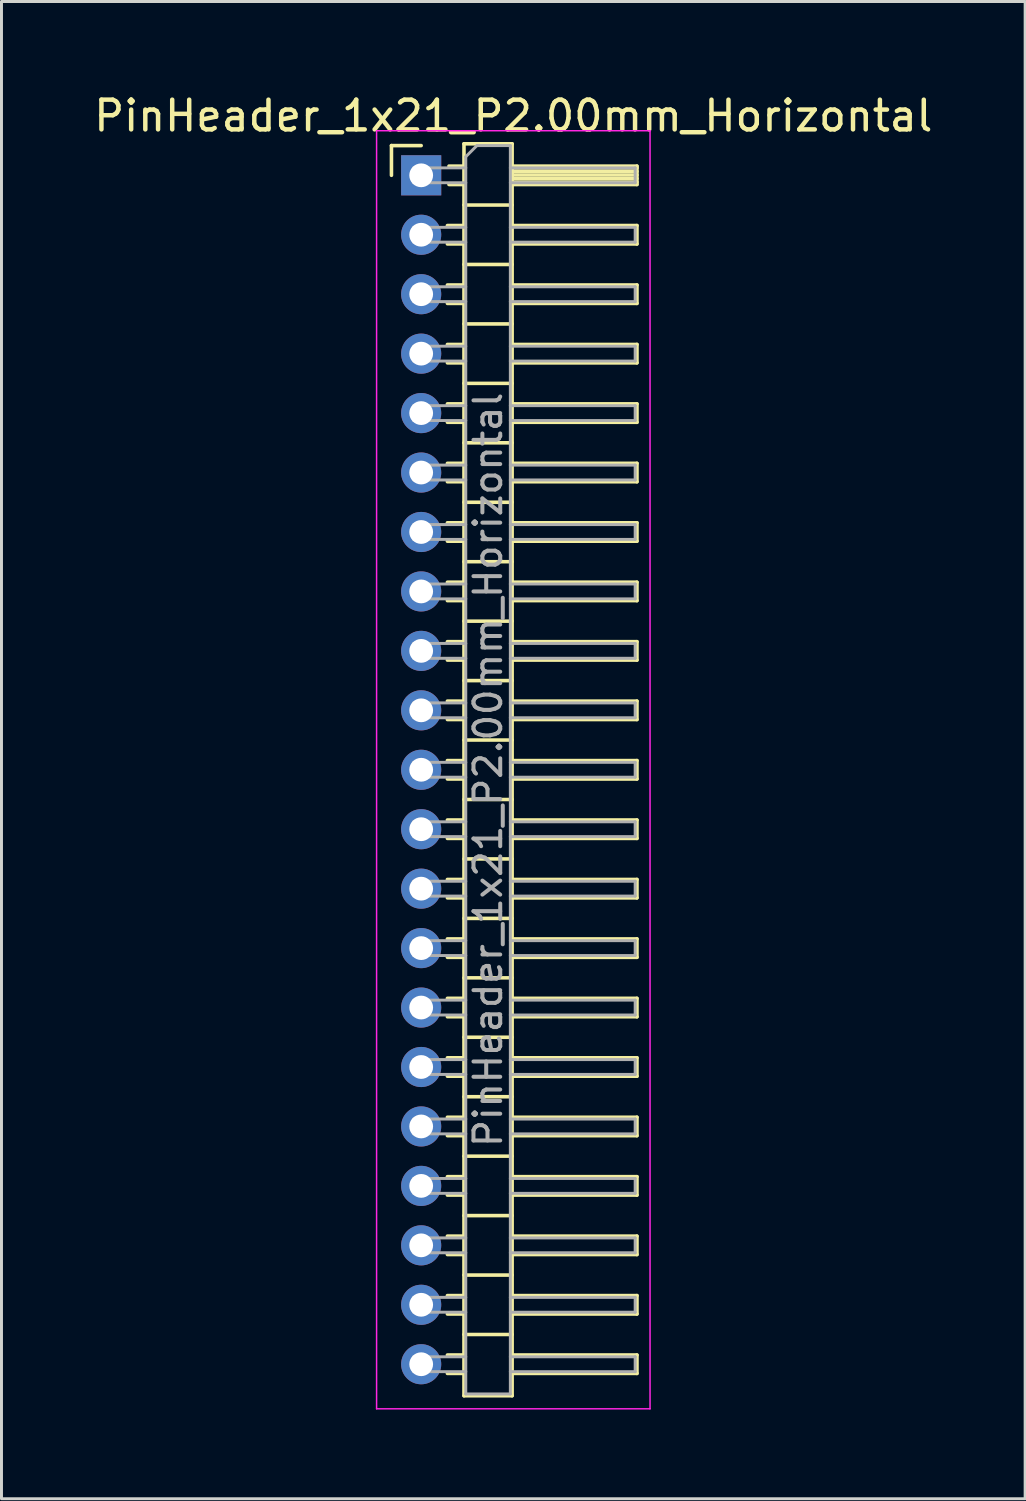
<source format=kicad_pcb>
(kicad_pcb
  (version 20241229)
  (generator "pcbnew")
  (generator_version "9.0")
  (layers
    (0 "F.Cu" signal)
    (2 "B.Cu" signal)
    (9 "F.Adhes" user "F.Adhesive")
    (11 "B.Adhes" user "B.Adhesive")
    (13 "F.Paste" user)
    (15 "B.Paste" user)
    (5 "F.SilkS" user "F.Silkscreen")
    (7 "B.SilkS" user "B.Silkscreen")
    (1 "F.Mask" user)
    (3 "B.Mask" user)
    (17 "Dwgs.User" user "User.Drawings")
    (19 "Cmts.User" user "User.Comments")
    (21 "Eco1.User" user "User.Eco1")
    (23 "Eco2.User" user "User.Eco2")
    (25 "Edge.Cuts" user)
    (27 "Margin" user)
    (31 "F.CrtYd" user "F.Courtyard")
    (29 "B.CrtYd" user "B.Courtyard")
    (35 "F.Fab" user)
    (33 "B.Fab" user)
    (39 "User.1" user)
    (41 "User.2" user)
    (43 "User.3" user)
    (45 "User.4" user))
  (footprint "PinHeader_1x21_P2.00mm_Horizontal"
    (layer "F.Cu")
    (at 11.12 2.848)
    (property "Reference" "PinHeader_1x21_P2.00mm_Horizontal" (at 3.1 -2 0) (layer "F.SilkS") (effects (font (size 1 1) (thickness 0.15))))
    (attr through_hole)
    (fp_line (start -1 -1) (end 0 -1) (stroke (width 0.12) (type solid)) (layer "F.SilkS"))
    (fp_line (start -1 0) (end -1 -1) (stroke (width 0.12) (type solid)) (layer "F.SilkS"))
    (fp_line (start 0.882 1.69) (end 1.44 1.69) (stroke (width 0.12) (type solid)) (layer "F.SilkS"))
    (fp_line (start 0.882 2.31) (end 1.44 2.31) (stroke (width 0.12) (type solid)) (layer "F.SilkS"))
    (fp_line (start 0.882 3.69) (end 1.44 3.69) (stroke (width 0.12) (type solid)) (layer "F.SilkS"))
    (fp_line (start 0.882 4.31) (end 1.44 4.31) (stroke (width 0.12) (type solid)) (layer "F.SilkS"))
    (fp_line (start 0.882 5.69) (end 1.44 5.69) (stroke (width 0.12) (type solid)) (layer "F.SilkS"))
    (fp_line (start 0.882 6.31) (end 1.44 6.31) (stroke (width 0.12) (type solid)) (layer "F.SilkS"))
    (fp_line (start 0.882 7.69) (end 1.44 7.69) (stroke (width 0.12) (type solid)) (layer "F.SilkS"))
    (fp_line (start 0.882 8.31) (end 1.44 8.31) (stroke (width 0.12) (type solid)) (layer "F.SilkS"))
    (fp_line (start 0.882 9.69) (end 1.44 9.69) (stroke (width 0.12) (type solid)) (layer "F.SilkS"))
    (fp_line (start 0.882 10.31) (end 1.44 10.31) (stroke (width 0.12) (type solid)) (layer "F.SilkS"))
    (fp_line (start 0.882 11.69) (end 1.44 11.69) (stroke (width 0.12) (type solid)) (layer "F.SilkS"))
    (fp_line (start 0.882 12.31) (end 1.44 12.31) (stroke (width 0.12) (type solid)) (layer "F.SilkS"))
    (fp_line (start 0.882 13.69) (end 1.44 13.69) (stroke (width 0.12) (type solid)) (layer "F.SilkS"))
    (fp_line (start 0.882 14.31) (end 1.44 14.31) (stroke (width 0.12) (type solid)) (layer "F.SilkS"))
    (fp_line (start 0.882 15.69) (end 1.44 15.69) (stroke (width 0.12) (type solid)) (layer "F.SilkS"))
    (fp_line (start 0.882 16.31) (end 1.44 16.31) (stroke (width 0.12) (type solid)) (layer "F.SilkS"))
    (fp_line (start 0.882 17.69) (end 1.44 17.69) (stroke (width 0.12) (type solid)) (layer "F.SilkS"))
    (fp_line (start 0.882 18.31) (end 1.44 18.31) (stroke (width 0.12) (type solid)) (layer "F.SilkS"))
    (fp_line (start 0.882 19.69) (end 1.44 19.69) (stroke (width 0.12) (type solid)) (layer "F.SilkS"))
    (fp_line (start 0.882 20.31) (end 1.44 20.31) (stroke (width 0.12) (type solid)) (layer "F.SilkS"))
    (fp_line (start 0.882 21.69) (end 1.44 21.69) (stroke (width 0.12) (type solid)) (layer "F.SilkS"))
    (fp_line (start 0.882 22.31) (end 1.44 22.31) (stroke (width 0.12) (type solid)) (layer "F.SilkS"))
    (fp_line (start 0.882 23.69) (end 1.44 23.69) (stroke (width 0.12) (type solid)) (layer "F.SilkS"))
    (fp_line (start 0.882 24.31) (end 1.44 24.31) (stroke (width 0.12) (type solid)) (layer "F.SilkS"))
    (fp_line (start 0.882 25.69) (end 1.44 25.69) (stroke (width 0.12) (type solid)) (layer "F.SilkS"))
    (fp_line (start 0.882 26.31) (end 1.44 26.31) (stroke (width 0.12) (type solid)) (layer "F.SilkS"))
    (fp_line (start 0.882 27.69) (end 1.44 27.69) (stroke (width 0.12) (type solid)) (layer "F.SilkS"))
    (fp_line (start 0.882 28.31) (end 1.44 28.31) (stroke (width 0.12) (type solid)) (layer "F.SilkS"))
    (fp_line (start 0.882 29.69) (end 1.44 29.69) (stroke (width 0.12) (type solid)) (layer "F.SilkS"))
    (fp_line (start 0.882 30.31) (end 1.44 30.31) (stroke (width 0.12) (type solid)) (layer "F.SilkS"))
    (fp_line (start 0.882 31.69) (end 1.44 31.69) (stroke (width 0.12) (type solid)) (layer "F.SilkS"))
    (fp_line (start 0.882 32.31) (end 1.44 32.31) (stroke (width 0.12) (type solid)) (layer "F.SilkS"))
    (fp_line (start 0.882 33.69) (end 1.44 33.69) (stroke (width 0.12) (type solid)) (layer "F.SilkS"))
    (fp_line (start 0.882 34.31) (end 1.44 34.31) (stroke (width 0.12) (type solid)) (layer "F.SilkS"))
    (fp_line (start 0.882 35.69) (end 1.44 35.69) (stroke (width 0.12) (type solid)) (layer "F.SilkS"))
    (fp_line (start 0.882 36.31) (end 1.44 36.31) (stroke (width 0.12) (type solid)) (layer "F.SilkS"))
    (fp_line (start 0.882 37.69) (end 1.44 37.69) (stroke (width 0.12) (type solid)) (layer "F.SilkS"))
    (fp_line (start 0.882 38.31) (end 1.44 38.31) (stroke (width 0.12) (type solid)) (layer "F.SilkS"))
    (fp_line (start 0.882 39.69) (end 1.44 39.69) (stroke (width 0.12) (type solid)) (layer "F.SilkS"))
    (fp_line (start 0.882 40.31) (end 1.44 40.31) (stroke (width 0.12) (type solid)) (layer "F.SilkS"))
    (fp_line (start 0.935 -0.31) (end 1.44 -0.31) (stroke (width 0.12) (type solid)) (layer "F.SilkS"))
    (fp_line (start 0.935 0.31) (end 1.44 0.31) (stroke (width 0.12) (type solid)) (layer "F.SilkS"))
    (fp_line (start 1.44 -1.06) (end 1.44 41.06) (stroke (width 0.12) (type solid)) (layer "F.SilkS"))
    (fp_line (start 1.44 1) (end 3.06 1) (stroke (width 0.12) (type solid)) (layer "F.SilkS"))
    (fp_line (start 1.44 3) (end 3.06 3) (stroke (width 0.12) (type solid)) (layer "F.SilkS"))
    (fp_line (start 1.44 5) (end 3.06 5) (stroke (width 0.12) (type solid)) (layer "F.SilkS"))
    (fp_line (start 1.44 7) (end 3.06 7) (stroke (width 0.12) (type solid)) (layer "F.SilkS"))
    (fp_line (start 1.44 9) (end 3.06 9) (stroke (width 0.12) (type solid)) (layer "F.SilkS"))
    (fp_line (start 1.44 11) (end 3.06 11) (stroke (width 0.12) (type solid)) (layer "F.SilkS"))
    (fp_line (start 1.44 13) (end 3.06 13) (stroke (width 0.12) (type solid)) (layer "F.SilkS"))
    (fp_line (start 1.44 15) (end 3.06 15) (stroke (width 0.12) (type solid)) (layer "F.SilkS"))
    (fp_line (start 1.44 17) (end 3.06 17) (stroke (width 0.12) (type solid)) (layer "F.SilkS"))
    (fp_line (start 1.44 19) (end 3.06 19) (stroke (width 0.12) (type solid)) (layer "F.SilkS"))
    (fp_line (start 1.44 21) (end 3.06 21) (stroke (width 0.12) (type solid)) (layer "F.SilkS"))
    (fp_line (start 1.44 23) (end 3.06 23) (stroke (width 0.12) (type solid)) (layer "F.SilkS"))
    (fp_line (start 1.44 25) (end 3.06 25) (stroke (width 0.12) (type solid)) (layer "F.SilkS"))
    (fp_line (start 1.44 27) (end 3.06 27) (stroke (width 0.12) (type solid)) (layer "F.SilkS"))
    (fp_line (start 1.44 29) (end 3.06 29) (stroke (width 0.12) (type solid)) (layer "F.SilkS"))
    (fp_line (start 1.44 31) (end 3.06 31) (stroke (width 0.12) (type solid)) (layer "F.SilkS"))
    (fp_line (start 1.44 33) (end 3.06 33) (stroke (width 0.12) (type solid)) (layer "F.SilkS"))
    (fp_line (start 1.44 35) (end 3.06 35) (stroke (width 0.12) (type solid)) (layer "F.SilkS"))
    (fp_line (start 1.44 37) (end 3.06 37) (stroke (width 0.12) (type solid)) (layer "F.SilkS"))
    (fp_line (start 1.44 39) (end 3.06 39) (stroke (width 0.12) (type solid)) (layer "F.SilkS"))
    (fp_line (start 1.44 41.06) (end 3.06 41.06) (stroke (width 0.12) (type solid)) (layer "F.SilkS"))
    (fp_line (start 3.06 -1.06) (end 1.44 -1.06) (stroke (width 0.12) (type solid)) (layer "F.SilkS"))
    (fp_line (start 3.06 -0.31) (end 7.26 -0.31) (stroke (width 0.12) (type solid)) (layer "F.SilkS"))
    (fp_line (start 3.06 -0.25) (end 7.26 -0.25) (stroke (width 0.12) (type solid)) (layer "F.SilkS"))
    (fp_line (start 3.06 -0.13) (end 7.26 -0.13) (stroke (width 0.12) (type solid)) (layer "F.SilkS"))
    (fp_line (start 3.06 -0.01) (end 7.26 -0.01) (stroke (width 0.12) (type solid)) (layer "F.SilkS"))
    (fp_line (start 3.06 0.11) (end 7.26 0.11) (stroke (width 0.12) (type solid)) (layer "F.SilkS"))
    (fp_line (start 3.06 0.23) (end 7.26 0.23) (stroke (width 0.12) (type solid)) (layer "F.SilkS"))
    (fp_line (start 3.06 1.69) (end 7.26 1.69) (stroke (width 0.12) (type solid)) (layer "F.SilkS"))
    (fp_line (start 3.06 3.69) (end 7.26 3.69) (stroke (width 0.12) (type solid)) (layer "F.SilkS"))
    (fp_line (start 3.06 5.69) (end 7.26 5.69) (stroke (width 0.12) (type solid)) (layer "F.SilkS"))
    (fp_line (start 3.06 7.69) (end 7.26 7.69) (stroke (width 0.12) (type solid)) (layer "F.SilkS"))
    (fp_line (start 3.06 9.69) (end 7.26 9.69) (stroke (width 0.12) (type solid)) (layer "F.SilkS"))
    (fp_line (start 3.06 11.69) (end 7.26 11.69) (stroke (width 0.12) (type solid)) (layer "F.SilkS"))
    (fp_line (start 3.06 13.69) (end 7.26 13.69) (stroke (width 0.12) (type solid)) (layer "F.SilkS"))
    (fp_line (start 3.06 15.69) (end 7.26 15.69) (stroke (width 0.12) (type solid)) (layer "F.SilkS"))
    (fp_line (start 3.06 17.69) (end 7.26 17.69) (stroke (width 0.12) (type solid)) (layer "F.SilkS"))
    (fp_line (start 3.06 19.69) (end 7.26 19.69) (stroke (width 0.12) (type solid)) (layer "F.SilkS"))
    (fp_line (start 3.06 21.69) (end 7.26 21.69) (stroke (width 0.12) (type solid)) (layer "F.SilkS"))
    (fp_line (start 3.06 23.69) (end 7.26 23.69) (stroke (width 0.12) (type solid)) (layer "F.SilkS"))
    (fp_line (start 3.06 25.69) (end 7.26 25.69) (stroke (width 0.12) (type solid)) (layer "F.SilkS"))
    (fp_line (start 3.06 27.69) (end 7.26 27.69) (stroke (width 0.12) (type solid)) (layer "F.SilkS"))
    (fp_line (start 3.06 29.69) (end 7.26 29.69) (stroke (width 0.12) (type solid)) (layer "F.SilkS"))
    (fp_line (start 3.06 31.69) (end 7.26 31.69) (stroke (width 0.12) (type solid)) (layer "F.SilkS"))
    (fp_line (start 3.06 33.69) (end 7.26 33.69) (stroke (width 0.12) (type solid)) (layer "F.SilkS"))
    (fp_line (start 3.06 35.69) (end 7.26 35.69) (stroke (width 0.12) (type solid)) (layer "F.SilkS"))
    (fp_line (start 3.06 37.69) (end 7.26 37.69) (stroke (width 0.12) (type solid)) (layer "F.SilkS"))
    (fp_line (start 3.06 39.69) (end 7.26 39.69) (stroke (width 0.12) (type solid)) (layer "F.SilkS"))
    (fp_line (start 3.06 41.06) (end 3.06 -1.06) (stroke (width 0.12) (type solid)) (layer "F.SilkS"))
    (fp_line (start 7.26 -0.31) (end 7.26 0.31) (stroke (width 0.12) (type solid)) (layer "F.SilkS"))
    (fp_line (start 7.26 0.31) (end 3.06 0.31) (stroke (width 0.12) (type solid)) (layer "F.SilkS"))
    (fp_line (start 7.26 1.69) (end 7.26 2.31) (stroke (width 0.12) (type solid)) (layer "F.SilkS"))
    (fp_line (start 7.26 2.31) (end 3.06 2.31) (stroke (width 0.12) (type solid)) (layer "F.SilkS"))
    (fp_line (start 7.26 3.69) (end 7.26 4.31) (stroke (width 0.12) (type solid)) (layer "F.SilkS"))
    (fp_line (start 7.26 4.31) (end 3.06 4.31) (stroke (width 0.12) (type solid)) (layer "F.SilkS"))
    (fp_line (start 7.26 5.69) (end 7.26 6.31) (stroke (width 0.12) (type solid)) (layer "F.SilkS"))
    (fp_line (start 7.26 6.31) (end 3.06 6.31) (stroke (width 0.12) (type solid)) (layer "F.SilkS"))
    (fp_line (start 7.26 7.69) (end 7.26 8.31) (stroke (width 0.12) (type solid)) (layer "F.SilkS"))
    (fp_line (start 7.26 8.31) (end 3.06 8.31) (stroke (width 0.12) (type solid)) (layer "F.SilkS"))
    (fp_line (start 7.26 9.69) (end 7.26 10.31) (stroke (width 0.12) (type solid)) (layer "F.SilkS"))
    (fp_line (start 7.26 10.31) (end 3.06 10.31) (stroke (width 0.12) (type solid)) (layer "F.SilkS"))
    (fp_line (start 7.26 11.69) (end 7.26 12.31) (stroke (width 0.12) (type solid)) (layer "F.SilkS"))
    (fp_line (start 7.26 12.31) (end 3.06 12.31) (stroke (width 0.12) (type solid)) (layer "F.SilkS"))
    (fp_line (start 7.26 13.69) (end 7.26 14.31) (stroke (width 0.12) (type solid)) (layer "F.SilkS"))
    (fp_line (start 7.26 14.31) (end 3.06 14.31) (stroke (width 0.12) (type solid)) (layer "F.SilkS"))
    (fp_line (start 7.26 15.69) (end 7.26 16.31) (stroke (width 0.12) (type solid)) (layer "F.SilkS"))
    (fp_line (start 7.26 16.31) (end 3.06 16.31) (stroke (width 0.12) (type solid)) (layer "F.SilkS"))
    (fp_line (start 7.26 17.69) (end 7.26 18.31) (stroke (width 0.12) (type solid)) (layer "F.SilkS"))
    (fp_line (start 7.26 18.31) (end 3.06 18.31) (stroke (width 0.12) (type solid)) (layer "F.SilkS"))
    (fp_line (start 7.26 19.69) (end 7.26 20.31) (stroke (width 0.12) (type solid)) (layer "F.SilkS"))
    (fp_line (start 7.26 20.31) (end 3.06 20.31) (stroke (width 0.12) (type solid)) (layer "F.SilkS"))
    (fp_line (start 7.26 21.69) (end 7.26 22.31) (stroke (width 0.12) (type solid)) (layer "F.SilkS"))
    (fp_line (start 7.26 22.31) (end 3.06 22.31) (stroke (width 0.12) (type solid)) (layer "F.SilkS"))
    (fp_line (start 7.26 23.69) (end 7.26 24.31) (stroke (width 0.12) (type solid)) (layer "F.SilkS"))
    (fp_line (start 7.26 24.31) (end 3.06 24.31) (stroke (width 0.12) (type solid)) (layer "F.SilkS"))
    (fp_line (start 7.26 25.69) (end 7.26 26.31) (stroke (width 0.12) (type solid)) (layer "F.SilkS"))
    (fp_line (start 7.26 26.31) (end 3.06 26.31) (stroke (width 0.12) (type solid)) (layer "F.SilkS"))
    (fp_line (start 7.26 27.69) (end 7.26 28.31) (stroke (width 0.12) (type solid)) (layer "F.SilkS"))
    (fp_line (start 7.26 28.31) (end 3.06 28.31) (stroke (width 0.12) (type solid)) (layer "F.SilkS"))
    (fp_line (start 7.26 29.69) (end 7.26 30.31) (stroke (width 0.12) (type solid)) (layer "F.SilkS"))
    (fp_line (start 7.26 30.31) (end 3.06 30.31) (stroke (width 0.12) (type solid)) (layer "F.SilkS"))
    (fp_line (start 7.26 31.69) (end 7.26 32.31) (stroke (width 0.12) (type solid)) (layer "F.SilkS"))
    (fp_line (start 7.26 32.31) (end 3.06 32.31) (stroke (width 0.12) (type solid)) (layer "F.SilkS"))
    (fp_line (start 7.26 33.69) (end 7.26 34.31) (stroke (width 0.12) (type solid)) (layer "F.SilkS"))
    (fp_line (start 7.26 34.31) (end 3.06 34.31) (stroke (width 0.12) (type solid)) (layer "F.SilkS"))
    (fp_line (start 7.26 35.69) (end 7.26 36.31) (stroke (width 0.12) (type solid)) (layer "F.SilkS"))
    (fp_line (start 7.26 36.31) (end 3.06 36.31) (stroke (width 0.12) (type solid)) (layer "F.SilkS"))
    (fp_line (start 7.26 37.69) (end 7.26 38.31) (stroke (width 0.12) (type solid)) (layer "F.SilkS"))
    (fp_line (start 7.26 38.31) (end 3.06 38.31) (stroke (width 0.12) (type solid)) (layer "F.SilkS"))
    (fp_line (start 7.26 39.69) (end 7.26 40.31) (stroke (width 0.12) (type solid)) (layer "F.SilkS"))
    (fp_line (start 7.26 40.31) (end 3.06 40.31) (stroke (width 0.12) (type solid)) (layer "F.SilkS"))
    (fp_line (start -1.5 -1.5) (end -1.5 41.5) (stroke (width 0.05) (type solid)) (layer "F.CrtYd"))
    (fp_line (start -1.5 41.5) (end 7.7 41.5) (stroke (width 0.05) (type solid)) (layer "F.CrtYd"))
    (fp_line (start 7.7 -1.5) (end -1.5 -1.5) (stroke (width 0.05) (type solid)) (layer "F.CrtYd"))
    (fp_line (start 7.7 41.5) (end 7.7 -1.5) (stroke (width 0.05) (type solid)) (layer "F.CrtYd"))
    (fp_line (start -0.25 -0.25) (end -0.25 0.25) (stroke (width 0.1) (type solid)) (layer "F.Fab"))
    (fp_line (start -0.25 -0.25) (end 1.5 -0.25) (stroke (width 0.1) (type solid)) (layer "F.Fab"))
    (fp_line (start -0.25 0.25) (end 1.5 0.25) (stroke (width 0.1) (type solid)) (layer "F.Fab"))
    (fp_line (start -0.25 1.75) (end -0.25 2.25) (stroke (width 0.1) (type solid)) (layer "F.Fab"))
    (fp_line (start -0.25 1.75) (end 1.5 1.75) (stroke (width 0.1) (type solid)) (layer "F.Fab"))
    (fp_line (start -0.25 2.25) (end 1.5 2.25) (stroke (width 0.1) (type solid)) (layer "F.Fab"))
    (fp_line (start -0.25 3.75) (end -0.25 4.25) (stroke (width 0.1) (type solid)) (layer "F.Fab"))
    (fp_line (start -0.25 3.75) (end 1.5 3.75) (stroke (width 0.1) (type solid)) (layer "F.Fab"))
    (fp_line (start -0.25 4.25) (end 1.5 4.25) (stroke (width 0.1) (type solid)) (layer "F.Fab"))
    (fp_line (start -0.25 5.75) (end -0.25 6.25) (stroke (width 0.1) (type solid)) (layer "F.Fab"))
    (fp_line (start -0.25 5.75) (end 1.5 5.75) (stroke (width 0.1) (type solid)) (layer "F.Fab"))
    (fp_line (start -0.25 6.25) (end 1.5 6.25) (stroke (width 0.1) (type solid)) (layer "F.Fab"))
    (fp_line (start -0.25 7.75) (end -0.25 8.25) (stroke (width 0.1) (type solid)) (layer "F.Fab"))
    (fp_line (start -0.25 7.75) (end 1.5 7.75) (stroke (width 0.1) (type solid)) (layer "F.Fab"))
    (fp_line (start -0.25 8.25) (end 1.5 8.25) (stroke (width 0.1) (type solid)) (layer "F.Fab"))
    (fp_line (start -0.25 9.75) (end -0.25 10.25) (stroke (width 0.1) (type solid)) (layer "F.Fab"))
    (fp_line (start -0.25 9.75) (end 1.5 9.75) (stroke (width 0.1) (type solid)) (layer "F.Fab"))
    (fp_line (start -0.25 10.25) (end 1.5 10.25) (stroke (width 0.1) (type solid)) (layer "F.Fab"))
    (fp_line (start -0.25 11.75) (end -0.25 12.25) (stroke (width 0.1) (type solid)) (layer "F.Fab"))
    (fp_line (start -0.25 11.75) (end 1.5 11.75) (stroke (width 0.1) (type solid)) (layer "F.Fab"))
    (fp_line (start -0.25 12.25) (end 1.5 12.25) (stroke (width 0.1) (type solid)) (layer "F.Fab"))
    (fp_line (start -0.25 13.75) (end -0.25 14.25) (stroke (width 0.1) (type solid)) (layer "F.Fab"))
    (fp_line (start -0.25 13.75) (end 1.5 13.75) (stroke (width 0.1) (type solid)) (layer "F.Fab"))
    (fp_line (start -0.25 14.25) (end 1.5 14.25) (stroke (width 0.1) (type solid)) (layer "F.Fab"))
    (fp_line (start -0.25 15.75) (end -0.25 16.25) (stroke (width 0.1) (type solid)) (layer "F.Fab"))
    (fp_line (start -0.25 15.75) (end 1.5 15.75) (stroke (width 0.1) (type solid)) (layer "F.Fab"))
    (fp_line (start -0.25 16.25) (end 1.5 16.25) (stroke (width 0.1) (type solid)) (layer "F.Fab"))
    (fp_line (start -0.25 17.75) (end -0.25 18.25) (stroke (width 0.1) (type solid)) (layer "F.Fab"))
    (fp_line (start -0.25 17.75) (end 1.5 17.75) (stroke (width 0.1) (type solid)) (layer "F.Fab"))
    (fp_line (start -0.25 18.25) (end 1.5 18.25) (stroke (width 0.1) (type solid)) (layer "F.Fab"))
    (fp_line (start -0.25 19.75) (end -0.25 20.25) (stroke (width 0.1) (type solid)) (layer "F.Fab"))
    (fp_line (start -0.25 19.75) (end 1.5 19.75) (stroke (width 0.1) (type solid)) (layer "F.Fab"))
    (fp_line (start -0.25 20.25) (end 1.5 20.25) (stroke (width 0.1) (type solid)) (layer "F.Fab"))
    (fp_line (start -0.25 21.75) (end -0.25 22.25) (stroke (width 0.1) (type solid)) (layer "F.Fab"))
    (fp_line (start -0.25 21.75) (end 1.5 21.75) (stroke (width 0.1) (type solid)) (layer "F.Fab"))
    (fp_line (start -0.25 22.25) (end 1.5 22.25) (stroke (width 0.1) (type solid)) (layer "F.Fab"))
    (fp_line (start -0.25 23.75) (end -0.25 24.25) (stroke (width 0.1) (type solid)) (layer "F.Fab"))
    (fp_line (start -0.25 23.75) (end 1.5 23.75) (stroke (width 0.1) (type solid)) (layer "F.Fab"))
    (fp_line (start -0.25 24.25) (end 1.5 24.25) (stroke (width 0.1) (type solid)) (layer "F.Fab"))
    (fp_line (start -0.25 25.75) (end -0.25 26.25) (stroke (width 0.1) (type solid)) (layer "F.Fab"))
    (fp_line (start -0.25 25.75) (end 1.5 25.75) (stroke (width 0.1) (type solid)) (layer "F.Fab"))
    (fp_line (start -0.25 26.25) (end 1.5 26.25) (stroke (width 0.1) (type solid)) (layer "F.Fab"))
    (fp_line (start -0.25 27.75) (end -0.25 28.25) (stroke (width 0.1) (type solid)) (layer "F.Fab"))
    (fp_line (start -0.25 27.75) (end 1.5 27.75) (stroke (width 0.1) (type solid)) (layer "F.Fab"))
    (fp_line (start -0.25 28.25) (end 1.5 28.25) (stroke (width 0.1) (type solid)) (layer "F.Fab"))
    (fp_line (start -0.25 29.75) (end -0.25 30.25) (stroke (width 0.1) (type solid)) (layer "F.Fab"))
    (fp_line (start -0.25 29.75) (end 1.5 29.75) (stroke (width 0.1) (type solid)) (layer "F.Fab"))
    (fp_line (start -0.25 30.25) (end 1.5 30.25) (stroke (width 0.1) (type solid)) (layer "F.Fab"))
    (fp_line (start -0.25 31.75) (end -0.25 32.25) (stroke (width 0.1) (type solid)) (layer "F.Fab"))
    (fp_line (start -0.25 31.75) (end 1.5 31.75) (stroke (width 0.1) (type solid)) (layer "F.Fab"))
    (fp_line (start -0.25 32.25) (end 1.5 32.25) (stroke (width 0.1) (type solid)) (layer "F.Fab"))
    (fp_line (start -0.25 33.75) (end -0.25 34.25) (stroke (width 0.1) (type solid)) (layer "F.Fab"))
    (fp_line (start -0.25 33.75) (end 1.5 33.75) (stroke (width 0.1) (type solid)) (layer "F.Fab"))
    (fp_line (start -0.25 34.25) (end 1.5 34.25) (stroke (width 0.1) (type solid)) (layer "F.Fab"))
    (fp_line (start -0.25 35.75) (end -0.25 36.25) (stroke (width 0.1) (type solid)) (layer "F.Fab"))
    (fp_line (start -0.25 35.75) (end 1.5 35.75) (stroke (width 0.1) (type solid)) (layer "F.Fab"))
    (fp_line (start -0.25 36.25) (end 1.5 36.25) (stroke (width 0.1) (type solid)) (layer "F.Fab"))
    (fp_line (start -0.25 37.75) (end -0.25 38.25) (stroke (width 0.1) (type solid)) (layer "F.Fab"))
    (fp_line (start -0.25 37.75) (end 1.5 37.75) (stroke (width 0.1) (type solid)) (layer "F.Fab"))
    (fp_line (start -0.25 38.25) (end 1.5 38.25) (stroke (width 0.1) (type solid)) (layer "F.Fab"))
    (fp_line (start -0.25 39.75) (end -0.25 40.25) (stroke (width 0.1) (type solid)) (layer "F.Fab"))
    (fp_line (start -0.25 39.75) (end 1.5 39.75) (stroke (width 0.1) (type solid)) (layer "F.Fab"))
    (fp_line (start -0.25 40.25) (end 1.5 40.25) (stroke (width 0.1) (type solid)) (layer "F.Fab"))
    (fp_line (start 1.5 -0.625) (end 1.875 -1) (stroke (width 0.1) (type solid)) (layer "F.Fab"))
    (fp_line (start 1.5 41) (end 1.5 -0.625) (stroke (width 0.1) (type solid)) (layer "F.Fab"))
    (fp_line (start 1.875 -1) (end 3 -1) (stroke (width 0.1) (type solid)) (layer "F.Fab"))
    (fp_line (start 3 -1) (end 3 41) (stroke (width 0.1) (type solid)) (layer "F.Fab"))
    (fp_line (start 3 -0.25) (end 7.2 -0.25) (stroke (width 0.1) (type solid)) (layer "F.Fab"))
    (fp_line (start 3 0.25) (end 7.2 0.25) (stroke (width 0.1) (type solid)) (layer "F.Fab"))
    (fp_line (start 3 1.75) (end 7.2 1.75) (stroke (width 0.1) (type solid)) (layer "F.Fab"))
    (fp_line (start 3 2.25) (end 7.2 2.25) (stroke (width 0.1) (type solid)) (layer "F.Fab"))
    (fp_line (start 3 3.75) (end 7.2 3.75) (stroke (width 0.1) (type solid)) (layer "F.Fab"))
    (fp_line (start 3 4.25) (end 7.2 4.25) (stroke (width 0.1) (type solid)) (layer "F.Fab"))
    (fp_line (start 3 5.75) (end 7.2 5.75) (stroke (width 0.1) (type solid)) (layer "F.Fab"))
    (fp_line (start 3 6.25) (end 7.2 6.25) (stroke (width 0.1) (type solid)) (layer "F.Fab"))
    (fp_line (start 3 7.75) (end 7.2 7.75) (stroke (width 0.1) (type solid)) (layer "F.Fab"))
    (fp_line (start 3 8.25) (end 7.2 8.25) (stroke (width 0.1) (type solid)) (layer "F.Fab"))
    (fp_line (start 3 9.75) (end 7.2 9.75) (stroke (width 0.1) (type solid)) (layer "F.Fab"))
    (fp_line (start 3 10.25) (end 7.2 10.25) (stroke (width 0.1) (type solid)) (layer "F.Fab"))
    (fp_line (start 3 11.75) (end 7.2 11.75) (stroke (width 0.1) (type solid)) (layer "F.Fab"))
    (fp_line (start 3 12.25) (end 7.2 12.25) (stroke (width 0.1) (type solid)) (layer "F.Fab"))
    (fp_line (start 3 13.75) (end 7.2 13.75) (stroke (width 0.1) (type solid)) (layer "F.Fab"))
    (fp_line (start 3 14.25) (end 7.2 14.25) (stroke (width 0.1) (type solid)) (layer "F.Fab"))
    (fp_line (start 3 15.75) (end 7.2 15.75) (stroke (width 0.1) (type solid)) (layer "F.Fab"))
    (fp_line (start 3 16.25) (end 7.2 16.25) (stroke (width 0.1) (type solid)) (layer "F.Fab"))
    (fp_line (start 3 17.75) (end 7.2 17.75) (stroke (width 0.1) (type solid)) (layer "F.Fab"))
    (fp_line (start 3 18.25) (end 7.2 18.25) (stroke (width 0.1) (type solid)) (layer "F.Fab"))
    (fp_line (start 3 19.75) (end 7.2 19.75) (stroke (width 0.1) (type solid)) (layer "F.Fab"))
    (fp_line (start 3 20.25) (end 7.2 20.25) (stroke (width 0.1) (type solid)) (layer "F.Fab"))
    (fp_line (start 3 21.75) (end 7.2 21.75) (stroke (width 0.1) (type solid)) (layer "F.Fab"))
    (fp_line (start 3 22.25) (end 7.2 22.25) (stroke (width 0.1) (type solid)) (layer "F.Fab"))
    (fp_line (start 3 23.75) (end 7.2 23.75) (stroke (width 0.1) (type solid)) (layer "F.Fab"))
    (fp_line (start 3 24.25) (end 7.2 24.25) (stroke (width 0.1) (type solid)) (layer "F.Fab"))
    (fp_line (start 3 25.75) (end 7.2 25.75) (stroke (width 0.1) (type solid)) (layer "F.Fab"))
    (fp_line (start 3 26.25) (end 7.2 26.25) (stroke (width 0.1) (type solid)) (layer "F.Fab"))
    (fp_line (start 3 27.75) (end 7.2 27.75) (stroke (width 0.1) (type solid)) (layer "F.Fab"))
    (fp_line (start 3 28.25) (end 7.2 28.25) (stroke (width 0.1) (type solid)) (layer "F.Fab"))
    (fp_line (start 3 29.75) (end 7.2 29.75) (stroke (width 0.1) (type solid)) (layer "F.Fab"))
    (fp_line (start 3 30.25) (end 7.2 30.25) (stroke (width 0.1) (type solid)) (layer "F.Fab"))
    (fp_line (start 3 31.75) (end 7.2 31.75) (stroke (width 0.1) (type solid)) (layer "F.Fab"))
    (fp_line (start 3 32.25) (end 7.2 32.25) (stroke (width 0.1) (type solid)) (layer "F.Fab"))
    (fp_line (start 3 33.75) (end 7.2 33.75) (stroke (width 0.1) (type solid)) (layer "F.Fab"))
    (fp_line (start 3 34.25) (end 7.2 34.25) (stroke (width 0.1) (type solid)) (layer "F.Fab"))
    (fp_line (start 3 35.75) (end 7.2 35.75) (stroke (width 0.1) (type solid)) (layer "F.Fab"))
    (fp_line (start 3 36.25) (end 7.2 36.25) (stroke (width 0.1) (type solid)) (layer "F.Fab"))
    (fp_line (start 3 37.75) (end 7.2 37.75) (stroke (width 0.1) (type solid)) (layer "F.Fab"))
    (fp_line (start 3 38.25) (end 7.2 38.25) (stroke (width 0.1) (type solid)) (layer "F.Fab"))
    (fp_line (start 3 39.75) (end 7.2 39.75) (stroke (width 0.1) (type solid)) (layer "F.Fab"))
    (fp_line (start 3 40.25) (end 7.2 40.25) (stroke (width 0.1) (type solid)) (layer "F.Fab"))
    (fp_line (start 3 41) (end 1.5 41) (stroke (width 0.1) (type solid)) (layer "F.Fab"))
    (fp_line (start 7.2 -0.25) (end 7.2 0.25) (stroke (width 0.1) (type solid)) (layer "F.Fab"))
    (fp_line (start 7.2 1.75) (end 7.2 2.25) (stroke (width 0.1) (type solid)) (layer "F.Fab"))
    (fp_line (start 7.2 3.75) (end 7.2 4.25) (stroke (width 0.1) (type solid)) (layer "F.Fab"))
    (fp_line (start 7.2 5.75) (end 7.2 6.25) (stroke (width 0.1) (type solid)) (layer "F.Fab"))
    (fp_line (start 7.2 7.75) (end 7.2 8.25) (stroke (width 0.1) (type solid)) (layer "F.Fab"))
    (fp_line (start 7.2 9.75) (end 7.2 10.25) (stroke (width 0.1) (type solid)) (layer "F.Fab"))
    (fp_line (start 7.2 11.75) (end 7.2 12.25) (stroke (width 0.1) (type solid)) (layer "F.Fab"))
    (fp_line (start 7.2 13.75) (end 7.2 14.25) (stroke (width 0.1) (type solid)) (layer "F.Fab"))
    (fp_line (start 7.2 15.75) (end 7.2 16.25) (stroke (width 0.1) (type solid)) (layer "F.Fab"))
    (fp_line (start 7.2 17.75) (end 7.2 18.25) (stroke (width 0.1) (type solid)) (layer "F.Fab"))
    (fp_line (start 7.2 19.75) (end 7.2 20.25) (stroke (width 0.1) (type solid)) (layer "F.Fab"))
    (fp_line (start 7.2 21.75) (end 7.2 22.25) (stroke (width 0.1) (type solid)) (layer "F.Fab"))
    (fp_line (start 7.2 23.75) (end 7.2 24.25) (stroke (width 0.1) (type solid)) (layer "F.Fab"))
    (fp_line (start 7.2 25.75) (end 7.2 26.25) (stroke (width 0.1) (type solid)) (layer "F.Fab"))
    (fp_line (start 7.2 27.75) (end 7.2 28.25) (stroke (width 0.1) (type solid)) (layer "F.Fab"))
    (fp_line (start 7.2 29.75) (end 7.2 30.25) (stroke (width 0.1) (type solid)) (layer "F.Fab"))
    (fp_line (start 7.2 31.75) (end 7.2 32.25) (stroke (width 0.1) (type solid)) (layer "F.Fab"))
    (fp_line (start 7.2 33.75) (end 7.2 34.25) (stroke (width 0.1) (type solid)) (layer "F.Fab"))
    (fp_line (start 7.2 35.75) (end 7.2 36.25) (stroke (width 0.1) (type solid)) (layer "F.Fab"))
    (fp_line (start 7.2 37.75) (end 7.2 38.25) (stroke (width 0.1) (type solid)) (layer "F.Fab"))
    (fp_line (start 7.2 39.75) (end 7.2 40.25) (stroke (width 0.1) (type solid)) (layer "F.Fab"))
    (fp_text user "${REFERENCE}" (at 2.25 20 90) (layer "F.Fab") (effects (font (size 0.9 0.9) (thickness 0.135))))
    (pad "1" thru_hole rect (at 0 0) (size 1.35 1.35) (drill 0.8) (layers "*.Cu" "*.Mask"))
    (pad "2" thru_hole oval (at 0 2) (size 1.35 1.35) (drill 0.8) (layers "*.Cu" "*.Mask"))
    (pad "3" thru_hole oval (at 0 4) (size 1.35 1.35) (drill 0.8) (layers "*.Cu" "*.Mask"))
    (pad "4" thru_hole oval (at 0 6) (size 1.35 1.35) (drill 0.8) (layers "*.Cu" "*.Mask"))
    (pad "5" thru_hole oval (at 0 8) (size 1.35 1.35) (drill 0.8) (layers "*.Cu" "*.Mask"))
    (pad "6" thru_hole oval (at 0 10) (size 1.35 1.35) (drill 0.8) (layers "*.Cu" "*.Mask"))
    (pad "7" thru_hole oval (at 0 12) (size 1.35 1.35) (drill 0.8) (layers "*.Cu" "*.Mask"))
    (pad "8" thru_hole oval (at 0 14) (size 1.35 1.35) (drill 0.8) (layers "*.Cu" "*.Mask"))
    (pad "9" thru_hole oval (at 0 16) (size 1.35 1.35) (drill 0.8) (layers "*.Cu" "*.Mask"))
    (pad "10" thru_hole oval (at 0 18) (size 1.35 1.35) (drill 0.8) (layers "*.Cu" "*.Mask"))
    (pad "11" thru_hole oval (at 0 20) (size 1.35 1.35) (drill 0.8) (layers "*.Cu" "*.Mask"))
    (pad "12" thru_hole oval (at 0 22) (size 1.35 1.35) (drill 0.8) (layers "*.Cu" "*.Mask"))
    (pad "13" thru_hole oval (at 0 24) (size 1.35 1.35) (drill 0.8) (layers "*.Cu" "*.Mask"))
    (pad "14" thru_hole oval (at 0 26) (size 1.35 1.35) (drill 0.8) (layers "*.Cu" "*.Mask"))
    (pad "15" thru_hole oval (at 0 28) (size 1.35 1.35) (drill 0.8) (layers "*.Cu" "*.Mask"))
    (pad "16" thru_hole oval (at 0 30) (size 1.35 1.35) (drill 0.8) (layers "*.Cu" "*.Mask"))
    (pad "17" thru_hole oval (at 0 32) (size 1.35 1.35) (drill 0.8) (layers "*.Cu" "*.Mask"))
    (pad "18" thru_hole oval (at 0 34) (size 1.35 1.35) (drill 0.8) (layers "*.Cu" "*.Mask"))
    (pad "19" thru_hole oval (at 0 36) (size 1.35 1.35) (drill 0.8) (layers "*.Cu" "*.Mask"))
    (pad "20" thru_hole oval (at 0 38) (size 1.35 1.35) (drill 0.8) (layers "*.Cu" "*.Mask"))
    (pad "21" thru_hole oval (at 0 40) (size 1.35 1.35) (drill 0.8) (layers "*.Cu" "*.Mask")))
  (gr_rect
    (start -3 -3)
    (end 31.44 47.373)
    (stroke (width 0.1) (type default))
    (fill no)
    (layer "Edge.Cuts")))
</source>
